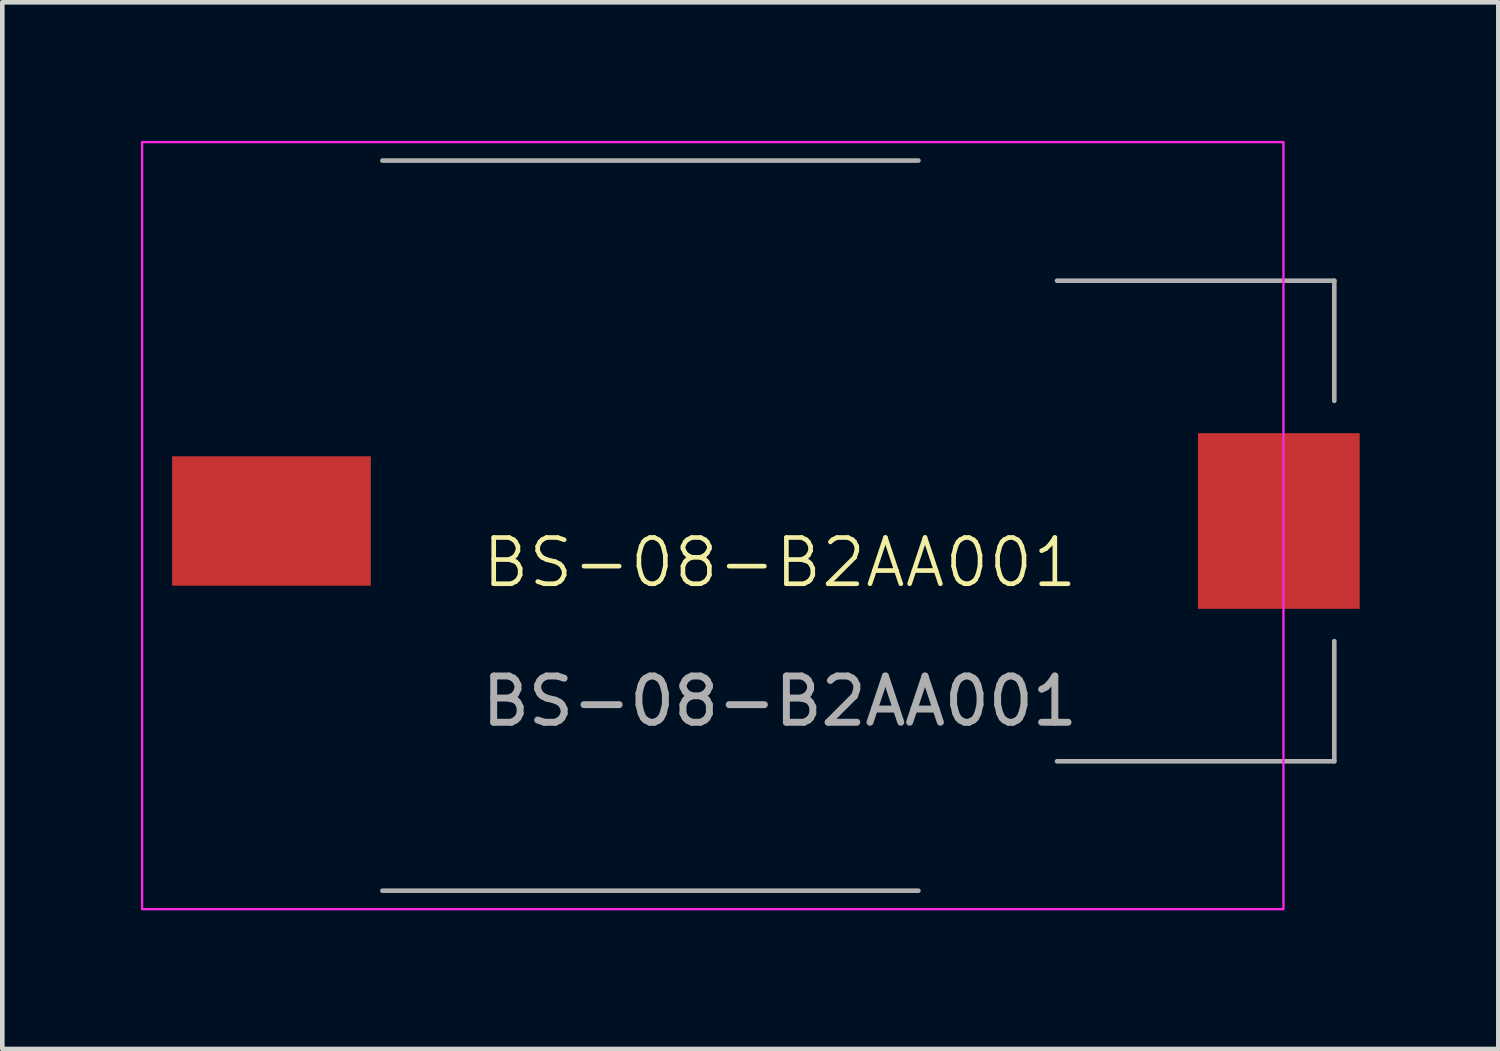
<source format=kicad_pcb>
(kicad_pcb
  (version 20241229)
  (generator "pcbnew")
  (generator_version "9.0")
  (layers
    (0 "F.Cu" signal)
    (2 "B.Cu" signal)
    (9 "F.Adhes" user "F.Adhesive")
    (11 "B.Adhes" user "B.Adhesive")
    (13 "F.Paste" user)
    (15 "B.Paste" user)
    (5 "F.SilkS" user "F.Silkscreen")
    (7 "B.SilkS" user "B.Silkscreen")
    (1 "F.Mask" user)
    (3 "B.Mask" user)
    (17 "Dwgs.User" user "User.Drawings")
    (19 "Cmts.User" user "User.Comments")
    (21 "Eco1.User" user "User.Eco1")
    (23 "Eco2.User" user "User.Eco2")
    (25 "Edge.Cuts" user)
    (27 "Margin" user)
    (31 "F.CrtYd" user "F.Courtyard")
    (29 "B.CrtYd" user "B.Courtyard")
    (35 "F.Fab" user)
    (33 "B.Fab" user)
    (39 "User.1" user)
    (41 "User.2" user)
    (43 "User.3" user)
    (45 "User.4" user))
  (footprint "BS-08-B2AA001"
    (layer "F.Cu")
    (at 13.825 9.625)
    (property "Reference" "BS-08-B2AA001" (at 0 -0.5 0) (unlocked yes) (layer "F.SilkS") (effects (font (size 1 1) (thickness 0.1))))
    (attr smd)
    (fp_rect (start -13.8 -9.6) (end 10.9 7) (stroke (width 0.05) (type default)) (fill no) (layer "F.CrtYd"))
    (fp_line (start 3 -9.2) (end -8.6 -9.2) (stroke (width 0.1) (type default)) (layer "F.Fab"))
    (fp_line (start 3 6.6) (end -8.6 6.6) (stroke (width 0.1) (type default)) (layer "F.Fab"))
    (fp_line (start 12 -6.6) (end 6 -6.6) (stroke (width 0.1) (type default)) (layer "F.Fab"))
    (fp_line (start 12 -6.6) (end 12 -4) (stroke (width 0.1) (type default)) (layer "F.Fab"))
    (fp_line (start 12 3.8) (end 6 3.8) (stroke (width 0.1) (type default)) (layer "F.Fab"))
    (fp_line (start 12 3.8) (end 12 1.2) (stroke (width 0.1) (type default)) (layer "F.Fab"))
    (fp_text user "${REFERENCE}" (at 0 2.5 0) (unlocked yes) (layer "F.Fab") (effects (font (size 1 1) (thickness 0.15))))
    (pad "+" smd rect (at 10.8 -1.4) (size 3.5 3.8) (layers "F.Cu" "F.Mask" "F.Paste"))
    (pad "-" smd rect (at -11 -1.4) (size 4.3 2.8) (layers "F.Cu" "F.Mask" "F.Paste")))
  (gr_rect
    (start -3 -3)
    (end 29.375 19.65)
    (stroke (width 0.1) (type default))
    (fill no)
    (layer "Edge.Cuts")))
</source>
